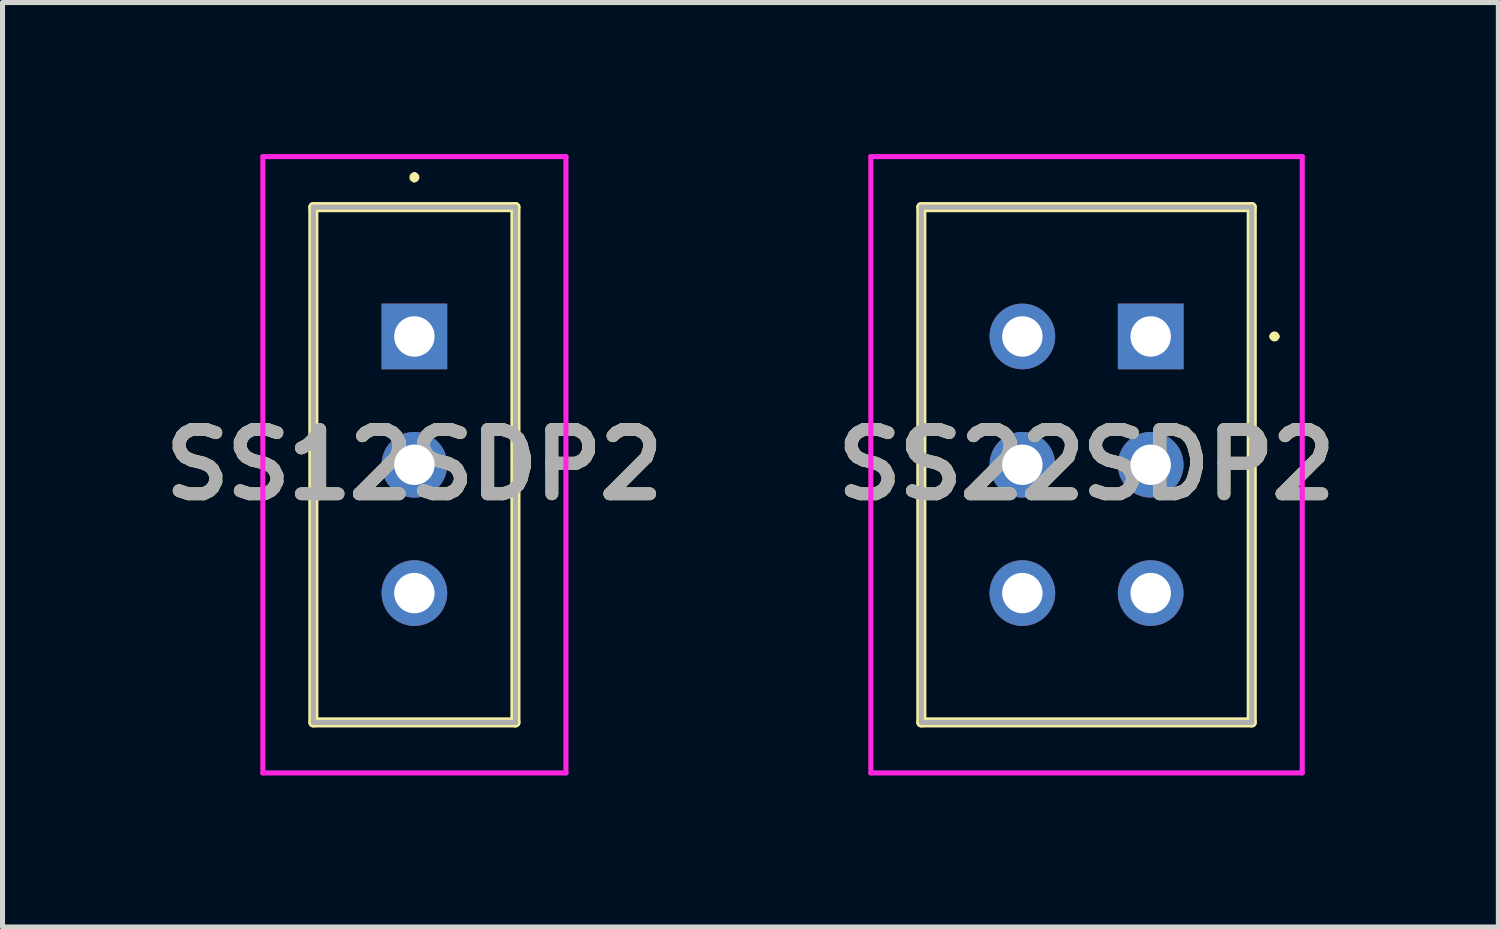
<source format=kicad_pcb>
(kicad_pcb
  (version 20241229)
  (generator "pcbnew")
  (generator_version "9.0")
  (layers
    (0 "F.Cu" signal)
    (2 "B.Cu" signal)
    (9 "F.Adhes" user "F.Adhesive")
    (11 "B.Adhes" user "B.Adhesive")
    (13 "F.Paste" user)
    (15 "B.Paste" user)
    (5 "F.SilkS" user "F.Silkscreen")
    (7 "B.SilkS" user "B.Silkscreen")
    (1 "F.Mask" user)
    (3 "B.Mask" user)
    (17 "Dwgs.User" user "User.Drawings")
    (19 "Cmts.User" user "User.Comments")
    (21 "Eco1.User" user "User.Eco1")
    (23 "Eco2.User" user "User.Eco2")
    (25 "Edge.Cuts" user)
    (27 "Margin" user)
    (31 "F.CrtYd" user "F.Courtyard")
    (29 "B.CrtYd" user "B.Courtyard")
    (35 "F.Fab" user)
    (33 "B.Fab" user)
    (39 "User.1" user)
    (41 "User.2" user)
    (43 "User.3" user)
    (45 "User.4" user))
  (footprint "SS12SDP2"
    (layer "F.Cu")
    (at 5.153 3.61)
    (property "Reference" "SS12SDP2" (at 0 2.54 0) (layer "F.SilkS") (effects (font (size 1.27 1.27) (thickness 0.254))))
    (attr through_hole)
    (fp_line (start -2 -2.56) (end 2 -2.56) (stroke (width 0.2) (type solid)) (layer "F.SilkS"))
    (fp_line (start -2 7.64) (end -2 -2.56) (stroke (width 0.2) (type solid)) (layer "F.SilkS"))
    (fp_line (start 0 -3.2) (end 0 -3.2) (stroke (width 0.1) (type solid)) (layer "F.SilkS"))
    (fp_line (start 0 -3.1) (end 0 -3.1) (stroke (width 0.1) (type solid)) (layer "F.SilkS"))
    (fp_line (start 2 -2.56) (end 2 7.64) (stroke (width 0.2) (type solid)) (layer "F.SilkS"))
    (fp_line (start 2 7.64) (end -2 7.64) (stroke (width 0.2) (type solid)) (layer "F.SilkS"))
    (fp_arc (start 0 -3.2) (mid 0.05 -3.15) (end 0 -3.1) (stroke (width 0.1) (type solid)) (layer "F.SilkS"))
    (fp_arc (start 0 -3.1) (mid -0.05 -3.15) (end 0 -3.2) (stroke (width 0.1) (type solid)) (layer "F.SilkS"))
    (fp_line (start -3 -3.56) (end 3 -3.56) (stroke (width 0.1) (type solid)) (layer "F.CrtYd"))
    (fp_line (start -3 8.64) (end -3 -3.56) (stroke (width 0.1) (type solid)) (layer "F.CrtYd"))
    (fp_line (start 3 -3.56) (end 3 8.64) (stroke (width 0.1) (type solid)) (layer "F.CrtYd"))
    (fp_line (start 3 8.64) (end -3 8.64) (stroke (width 0.1) (type solid)) (layer "F.CrtYd"))
    (fp_line (start -2 -2.56) (end 2 -2.56) (stroke (width 0.1) (type solid)) (layer "F.Fab"))
    (fp_line (start -2 7.64) (end -2 -2.56) (stroke (width 0.1) (type solid)) (layer "F.Fab"))
    (fp_line (start 2 -2.56) (end 2 7.64) (stroke (width 0.1) (type solid)) (layer "F.Fab"))
    (fp_line (start 2 7.64) (end -2 7.64) (stroke (width 0.1) (type solid)) (layer "F.Fab"))
    (fp_text user "${REFERENCE}" (at 0 2.54 0) (layer "F.Fab") (effects (font (size 1.27 1.27) (thickness 0.254))))
    (pad "1" thru_hole rect (at 0 0) (size 1.3 1.3) (drill 0.8) (layers "*.Cu" "*.Mask"))
    (pad "2" thru_hole circle (at 0 2.54) (size 1.3 1.3) (drill 0.8) (layers "*.Cu" "*.Mask"))
    (pad "3" thru_hole circle (at 0 5.08) (size 1.3 1.3) (drill 0.8) (layers "*.Cu" "*.Mask")))
  (footprint "SS22SDP2"
    (layer "F.Cu")
    (at 19.728 3.61)
    (property "Reference" "SS22SDP2" (at -1.27 2.54 0) (layer "F.SilkS") (effects (font (size 1.27 1.27) (thickness 0.254))))
    (attr through_hole)
    (fp_line (start -4.54 -2.56) (end 2 -2.56) (stroke (width 0.2) (type solid)) (layer "F.SilkS"))
    (fp_line (start -4.54 7.64) (end -4.54 -2.56) (stroke (width 0.2) (type solid)) (layer "F.SilkS"))
    (fp_line (start 2 -2.56) (end 2 7.64) (stroke (width 0.2) (type solid)) (layer "F.SilkS"))
    (fp_line (start 2 7.64) (end -4.54 7.64) (stroke (width 0.2) (type solid)) (layer "F.SilkS"))
    (fp_line (start 2.4 0) (end 2.4 0) (stroke (width 0.1) (type solid)) (layer "F.SilkS"))
    (fp_line (start 2.5 0) (end 2.5 0) (stroke (width 0.1) (type solid)) (layer "F.SilkS"))
    (fp_arc (start 2.4 0) (mid 2.45 -0.05) (end 2.5 0) (stroke (width 0.1) (type solid)) (layer "F.SilkS"))
    (fp_arc (start 2.5 0) (mid 2.45 0.05) (end 2.4 0) (stroke (width 0.1) (type solid)) (layer "F.SilkS"))
    (fp_line (start -5.54 -3.56) (end 3 -3.56) (stroke (width 0.1) (type solid)) (layer "F.CrtYd"))
    (fp_line (start -5.54 8.64) (end -5.54 -3.56) (stroke (width 0.1) (type solid)) (layer "F.CrtYd"))
    (fp_line (start 3 -3.56) (end 3 8.64) (stroke (width 0.1) (type solid)) (layer "F.CrtYd"))
    (fp_line (start 3 8.64) (end -5.54 8.64) (stroke (width 0.1) (type solid)) (layer "F.CrtYd"))
    (fp_line (start -4.54 -2.56) (end 2 -2.56) (stroke (width 0.1) (type solid)) (layer "F.Fab"))
    (fp_line (start -4.54 7.64) (end -4.54 -2.56) (stroke (width 0.1) (type solid)) (layer "F.Fab"))
    (fp_line (start 2 -2.56) (end 2 7.64) (stroke (width 0.1) (type solid)) (layer "F.Fab"))
    (fp_line (start 2 7.64) (end -4.54 7.64) (stroke (width 0.1) (type solid)) (layer "F.Fab"))
    (fp_text user "${REFERENCE}" (at -1.27 2.54 0) (layer "F.Fab") (effects (font (size 1.27 1.27) (thickness 0.254))))
    (pad "1" thru_hole rect (at 0 0) (size 1.3 1.3) (drill 0.8) (layers "*.Cu" "*.Mask"))
    (pad "2" thru_hole circle (at 0 2.54) (size 1.3 1.3) (drill 0.8) (layers "*.Cu" "*.Mask"))
    (pad "3" thru_hole circle (at 0 5.08) (size 1.3 1.3) (drill 0.8) (layers "*.Cu" "*.Mask"))
    (pad "4" thru_hole circle (at -2.54 0) (size 1.3 1.3) (drill 0.8) (layers "*.Cu" "*.Mask"))
    (pad "5" thru_hole circle (at -2.54 2.54) (size 1.3 1.3) (drill 0.8) (layers "*.Cu" "*.Mask"))
    (pad "6" thru_hole circle (at -2.54 5.08) (size 1.3 1.3) (drill 0.8) (layers "*.Cu" "*.Mask")))
  (gr_rect
    (start -3 -3)
    (end 26.61 15.3)
    (stroke (width 0.1) (type default))
    (fill no)
    (layer "Edge.Cuts")))
</source>
